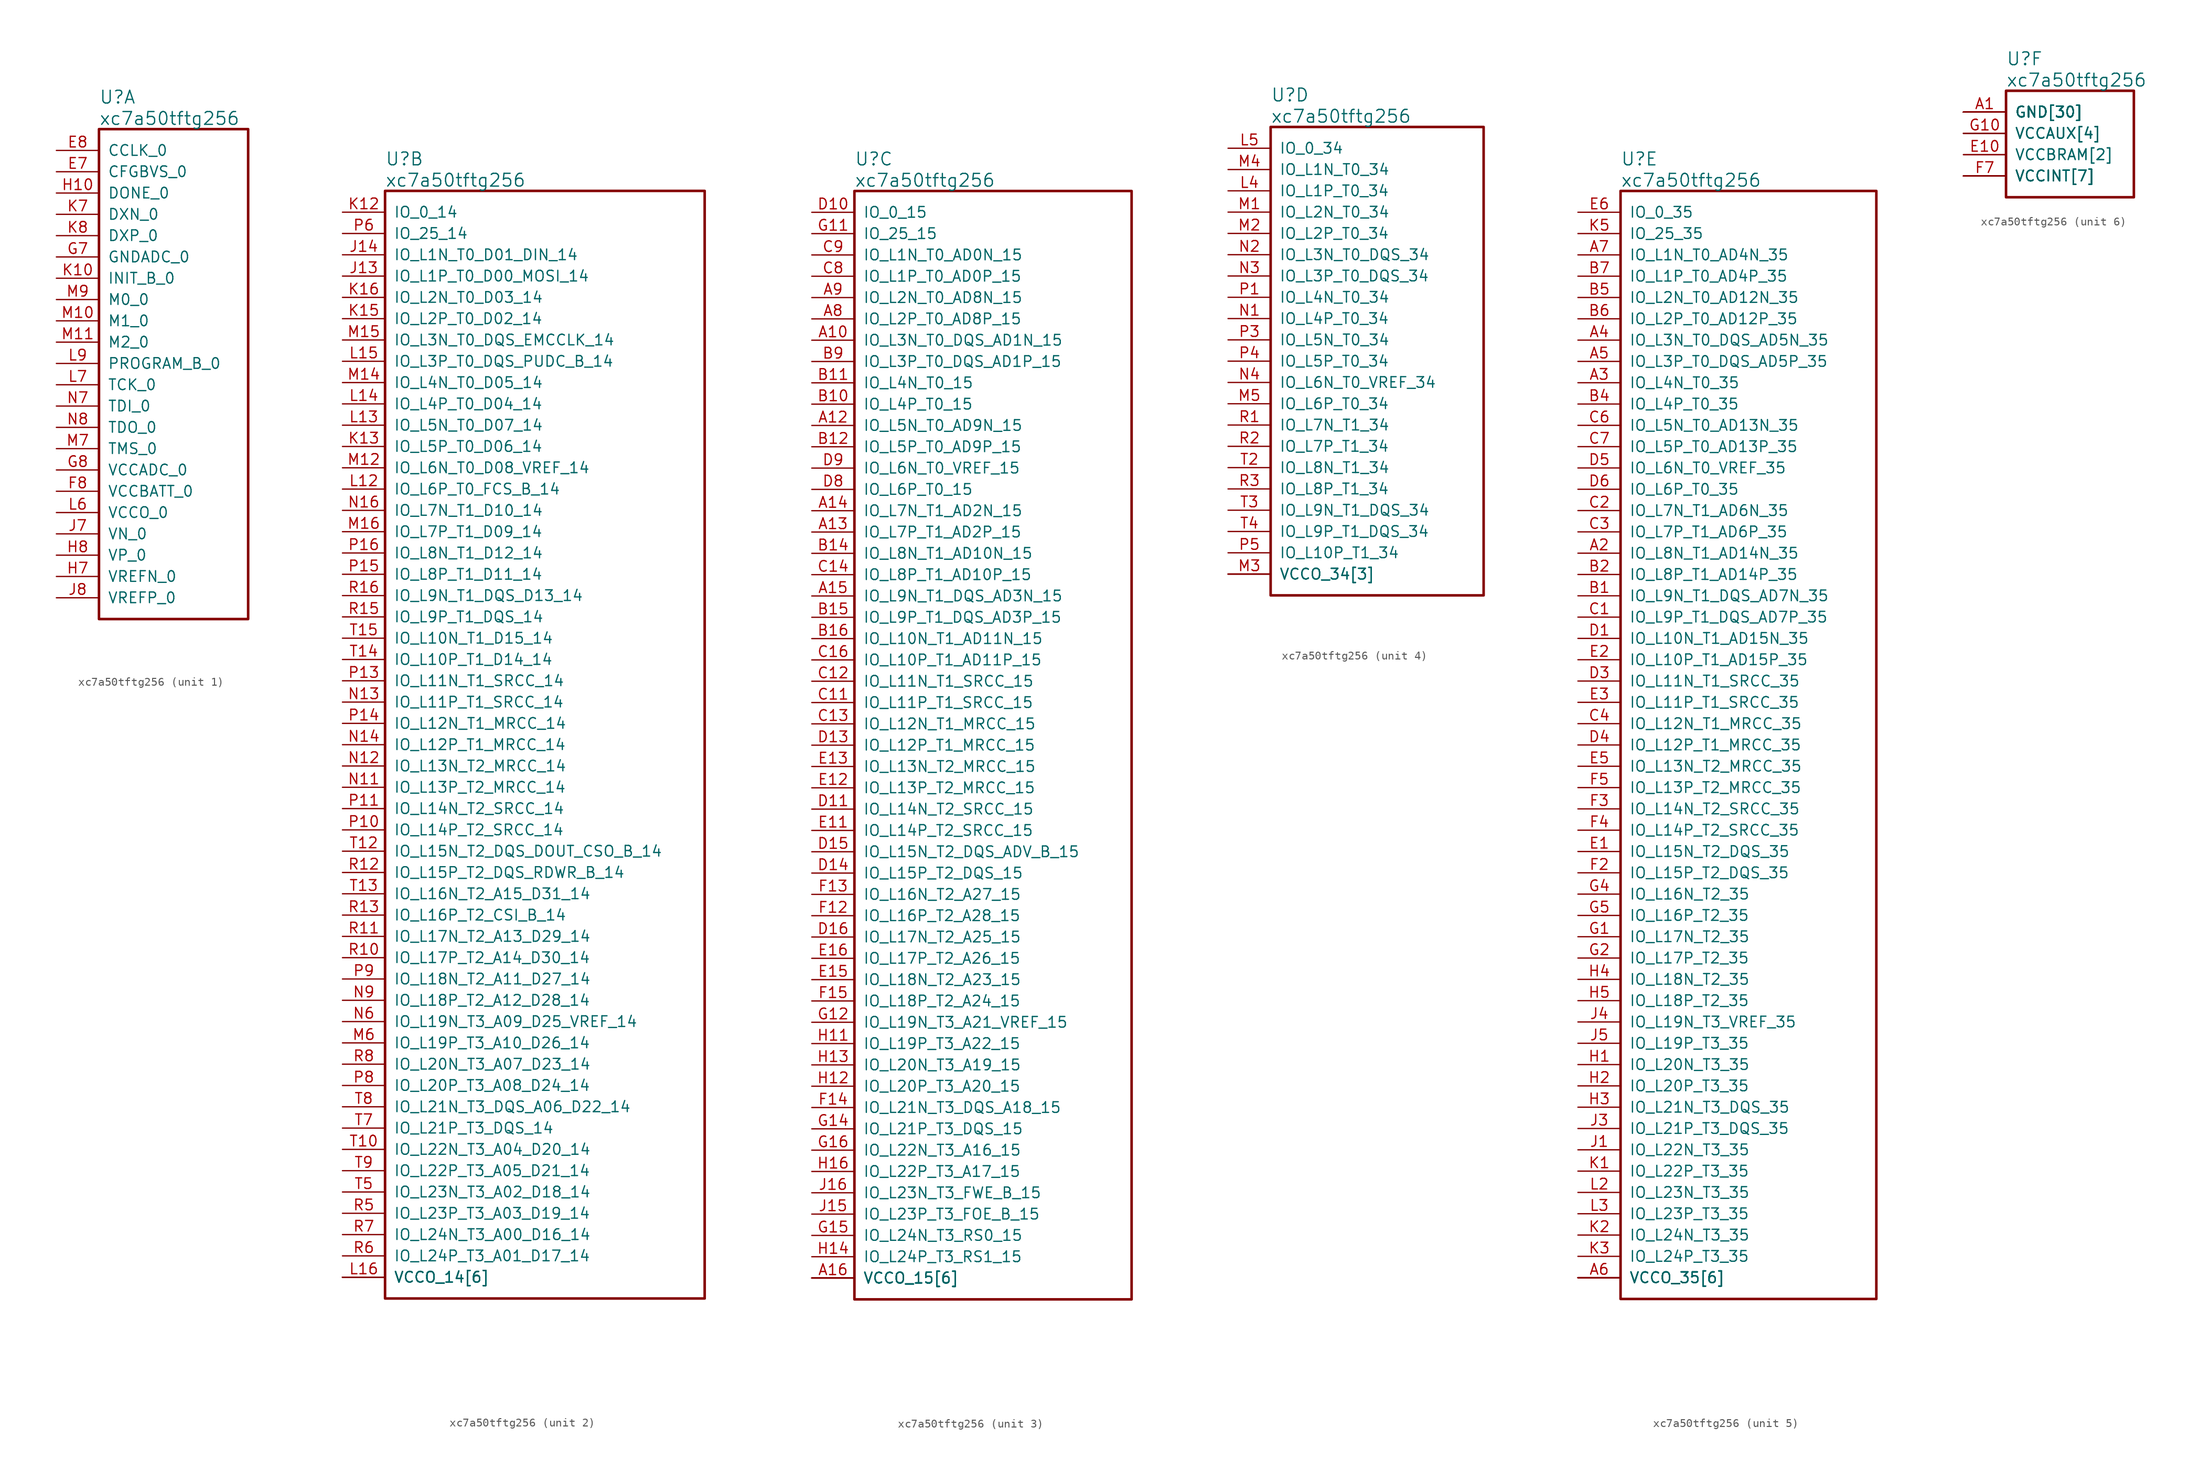
<source format=kicad_sym>
(kicad_symbol_lib
  (version 20231120)
  (generator "kicad_symbol_editor")
  (generator_version "8.0")
  (symbol "xc7a50tftg256"
    (pin_names
      (offset 1.016))
    (property "Reference" "U"
      (at 5.08 6.35 0)
      (effects (font (size 1.524 1.524)) (justify left)))
    (property "Value" "xc7a50tftg256"
      (at 5.08 3.81 0)
      (effects (font (size 1.524 1.524)) (justify left)))
    (property "ki_locked" ""
      (at 0 0 0)
      (effects (font (size 1.27 1.27))))
    (symbol "xc7a50tftg256_1_1"
      (rectangle (start 5.08 2.54) (end 22.86 -55.88) (stroke (width 0.305) (type solid)) (fill (type none)))
      (pin input line (at 0 -2.54 0) (length 5.08) (name "CFGBVS_0" (effects (font (size 1.27 1.27)))) (number "E7" (effects (font (size 1.27 1.27)))))
      (pin input line (at 0 0 0) (length 5.08) (name "CCLK_0" (effects (font (size 1.27 1.27)))) (number "E8" (effects (font (size 1.27 1.27)))))
      (pin power_in line (at 0 -40.64 0) (length 5.08) (name "VCCBATT_0" (effects (font (size 1.27 1.27)))) (number "F8" (effects (font (size 1.27 1.27)))))
      (pin power_in line (at 0 -12.7 0) (length 5.08) (name "GNDADC_0" (effects (font (size 1.27 1.27)))) (number "G7" (effects (font (size 1.27 1.27)))))
      (pin power_in line (at 0 -38.1 0) (length 5.08) (name "VCCADC_0" (effects (font (size 1.27 1.27)))) (number "G8" (effects (font (size 1.27 1.27)))))
      (pin output line (at 0 -5.08 0) (length 5.08) (name "DONE_0" (effects (font (size 1.27 1.27)))) (number "H10" (effects (font (size 1.27 1.27)))))
      (pin input line (at 0 -50.8 0) (length 5.08) (name "VREFN_0" (effects (font (size 1.27 1.27)))) (number "H7" (effects (font (size 1.27 1.27)))))
      (pin input line (at 0 -48.26 0) (length 5.08) (name "VP_0" (effects (font (size 1.27 1.27)))) (number "H8" (effects (font (size 1.27 1.27)))))
      (pin input line (at 0 -45.72 0) (length 5.08) (name "VN_0" (effects (font (size 1.27 1.27)))) (number "J7" (effects (font (size 1.27 1.27)))))
      (pin input line (at 0 -53.34 0) (length 5.08) (name "VREFP_0" (effects (font (size 1.27 1.27)))) (number "J8" (effects (font (size 1.27 1.27)))))
      (pin input line (at 0 -15.24 0) (length 5.08) (name "INIT_B_0" (effects (font (size 1.27 1.27)))) (number "K10" (effects (font (size 1.27 1.27)))))
      (pin passive line (at 0 -7.62 0) (length 5.08) (name "DXN_0" (effects (font (size 1.27 1.27)))) (number "K7" (effects (font (size 1.27 1.27)))))
      (pin passive line (at 0 -10.16 0) (length 5.08) (name "DXP_0" (effects (font (size 1.27 1.27)))) (number "K8" (effects (font (size 1.27 1.27)))))
      (pin power_in line (at 0 -43.18 0) (length 5.08) (name "VCCO_0" (effects (font (size 1.27 1.27)))) (number "L6" (effects (font (size 1.27 1.27)))))
      (pin input line (at 0 -27.94 0) (length 5.08) (name "TCK_0" (effects (font (size 1.27 1.27)))) (number "L7" (effects (font (size 1.27 1.27)))))
      (pin input line (at 0 -25.4 0) (length 5.08) (name "PROGRAM_B_0" (effects (font (size 1.27 1.27)))) (number "L9" (effects (font (size 1.27 1.27)))))
      (pin input line (at 0 -20.32 0) (length 5.08) (name "M1_0" (effects (font (size 1.27 1.27)))) (number "M10" (effects (font (size 1.27 1.27)))))
      (pin input line (at 0 -22.86 0) (length 5.08) (name "M2_0" (effects (font (size 1.27 1.27)))) (number "M11" (effects (font (size 1.27 1.27)))))
      (pin input line (at 0 -35.56 0) (length 5.08) (name "TMS_0" (effects (font (size 1.27 1.27)))) (number "M7" (effects (font (size 1.27 1.27)))))
      (pin input line (at 0 -17.78 0) (length 5.08) (name "M0_0" (effects (font (size 1.27 1.27)))) (number "M9" (effects (font (size 1.27 1.27)))))
      (pin input line (at 0 -30.48 0) (length 5.08) (name "TDI_0" (effects (font (size 1.27 1.27)))) (number "N7" (effects (font (size 1.27 1.27)))))
      (pin output line (at 0 -33.02 0) (length 5.08) (name "TDO_0" (effects (font (size 1.27 1.27)))) (number "N8" (effects (font (size 1.27 1.27))))))
    (symbol "xc7a50tftg256_2_1"
      (rectangle (start 5.08 2.54) (end 43.18 -129.54) (stroke (width 0.305) (type solid)) (fill (type none)))
      (pin bidirectional line (at 0 -7.62 0) (length 5.08) (name "IO_L1P_T0_D00_MOSI_14" (effects (font (size 1.27 1.27)))) (number "J13" (effects (font (size 1.27 1.27)))))
      (pin bidirectional line (at 0 -5.08 0) (length 5.08) (name "IO_L1N_T0_D01_DIN_14" (effects (font (size 1.27 1.27)))) (number "J14" (effects (font (size 1.27 1.27)))))
      (pin bidirectional line (at 0 0 0) (length 5.08) (name "IO_0_14" (effects (font (size 1.27 1.27)))) (number "K12" (effects (font (size 1.27 1.27)))))
      (pin bidirectional line (at 0 -27.94 0) (length 5.08) (name "IO_L5P_T0_D06_14" (effects (font (size 1.27 1.27)))) (number "K13" (effects (font (size 1.27 1.27)))))
      (pin bidirectional line (at 0 -12.7 0) (length 5.08) (name "IO_L2P_T0_D02_14" (effects (font (size 1.27 1.27)))) (number "K15" (effects (font (size 1.27 1.27)))))
      (pin bidirectional line (at 0 -10.16 0) (length 5.08) (name "IO_L2N_T0_D03_14" (effects (font (size 1.27 1.27)))) (number "K16" (effects (font (size 1.27 1.27)))))
      (pin bidirectional line (at 0 -33.02 0) (length 5.08) (name "IO_L6P_T0_FCS_B_14" (effects (font (size 1.27 1.27)))) (number "L12" (effects (font (size 1.27 1.27)))))
      (pin bidirectional line (at 0 -25.4 0) (length 5.08) (name "IO_L5N_T0_D07_14" (effects (font (size 1.27 1.27)))) (number "L13" (effects (font (size 1.27 1.27)))))
      (pin bidirectional line (at 0 -22.86 0) (length 5.08) (name "IO_L4P_T0_D04_14" (effects (font (size 1.27 1.27)))) (number "L14" (effects (font (size 1.27 1.27)))))
      (pin bidirectional line (at 0 -17.78 0) (length 5.08) (name "IO_L3P_T0_DQS_PUDC_B_14" (effects (font (size 1.27 1.27)))) (number "L15" (effects (font (size 1.27 1.27)))))
      (pin power_in line (at 0 -127 0) (length 5.08) (name "VCCO_14[6]" (effects (font (size 1.27 1.27)))) (number "L16" (effects (font (size 1.27 1.27)))))
      (pin bidirectional line (at 0 -30.48 0) (length 5.08) (name "IO_L6N_T0_D08_VREF_14" (effects (font (size 1.27 1.27)))) (number "M12" (effects (font (size 1.27 1.27)))))
      (pin power_in line (at 0 -127 0) (length 5.08) (name "VCCO_14[6]" (effects (font (size 1.27 1.27)))) (number "M13" (effects (font (size 0 0)))))
      (pin bidirectional line (at 0 -20.32 0) (length 5.08) (name "IO_L4N_T0_D05_14" (effects (font (size 1.27 1.27)))) (number "M14" (effects (font (size 1.27 1.27)))))
      (pin bidirectional line (at 0 -15.24 0) (length 5.08) (name "IO_L3N_T0_DQS_EMCCLK_14" (effects (font (size 1.27 1.27)))) (number "M15" (effects (font (size 1.27 1.27)))))
      (pin bidirectional line (at 0 -38.1 0) (length 5.08) (name "IO_L7P_T1_D09_14" (effects (font (size 1.27 1.27)))) (number "M16" (effects (font (size 1.27 1.27)))))
      (pin bidirectional line (at 0 -99.06 0) (length 5.08) (name "IO_L19P_T3_A10_D26_14" (effects (font (size 1.27 1.27)))) (number "M6" (effects (font (size 1.27 1.27)))))
      (pin power_in line (at 0 -127 0) (length 5.08) (name "VCCO_14[6]" (effects (font (size 1.27 1.27)))) (number "N10" (effects (font (size 0 0)))))
      (pin bidirectional line (at 0 -68.58 0) (length 5.08) (name "IO_L13P_T2_MRCC_14" (effects (font (size 1.27 1.27)))) (number "N11" (effects (font (size 1.27 1.27)))))
      (pin bidirectional line (at 0 -66.04 0) (length 5.08) (name "IO_L13N_T2_MRCC_14" (effects (font (size 1.27 1.27)))) (number "N12" (effects (font (size 1.27 1.27)))))
      (pin bidirectional line (at 0 -58.42 0) (length 5.08) (name "IO_L11P_T1_SRCC_14" (effects (font (size 1.27 1.27)))) (number "N13" (effects (font (size 1.27 1.27)))))
      (pin bidirectional line (at 0 -63.5 0) (length 5.08) (name "IO_L12P_T1_MRCC_14" (effects (font (size 1.27 1.27)))) (number "N14" (effects (font (size 1.27 1.27)))))
      (pin bidirectional line (at 0 -35.56 0) (length 5.08) (name "IO_L7N_T1_D10_14" (effects (font (size 1.27 1.27)))) (number "N16" (effects (font (size 1.27 1.27)))))
      (pin bidirectional line (at 0 -96.52 0) (length 5.08) (name "IO_L19N_T3_A09_D25_VREF_14" (effects (font (size 1.27 1.27)))) (number "N6" (effects (font (size 1.27 1.27)))))
      (pin bidirectional line (at 0 -93.98 0) (length 5.08) (name "IO_L18P_T2_A12_D28_14" (effects (font (size 1.27 1.27)))) (number "N9" (effects (font (size 1.27 1.27)))))
      (pin bidirectional line (at 0 -73.66 0) (length 5.08) (name "IO_L14P_T2_SRCC_14" (effects (font (size 1.27 1.27)))) (number "P10" (effects (font (size 1.27 1.27)))))
      (pin bidirectional line (at 0 -71.12 0) (length 5.08) (name "IO_L14N_T2_SRCC_14" (effects (font (size 1.27 1.27)))) (number "P11" (effects (font (size 1.27 1.27)))))
      (pin bidirectional line (at 0 -55.88 0) (length 5.08) (name "IO_L11N_T1_SRCC_14" (effects (font (size 1.27 1.27)))) (number "P13" (effects (font (size 1.27 1.27)))))
      (pin bidirectional line (at 0 -60.96 0) (length 5.08) (name "IO_L12N_T1_MRCC_14" (effects (font (size 1.27 1.27)))) (number "P14" (effects (font (size 1.27 1.27)))))
      (pin bidirectional line (at 0 -43.18 0) (length 5.08) (name "IO_L8P_T1_D11_14" (effects (font (size 1.27 1.27)))) (number "P15" (effects (font (size 1.27 1.27)))))
      (pin bidirectional line (at 0 -40.64 0) (length 5.08) (name "IO_L8N_T1_D12_14" (effects (font (size 1.27 1.27)))) (number "P16" (effects (font (size 1.27 1.27)))))
      (pin bidirectional line (at 0 -2.54 0) (length 5.08) (name "IO_25_14" (effects (font (size 1.27 1.27)))) (number "P6" (effects (font (size 1.27 1.27)))))
      (pin power_in line (at 0 -127 0) (length 5.08) (name "VCCO_14[6]" (effects (font (size 1.27 1.27)))) (number "P7" (effects (font (size 0 0)))))
      (pin bidirectional line (at 0 -104.14 0) (length 5.08) (name "IO_L20P_T3_A08_D24_14" (effects (font (size 1.27 1.27)))) (number "P8" (effects (font (size 1.27 1.27)))))
      (pin bidirectional line (at 0 -91.44 0) (length 5.08) (name "IO_L18N_T2_A11_D27_14" (effects (font (size 1.27 1.27)))) (number "P9" (effects (font (size 1.27 1.27)))))
      (pin bidirectional line (at 0 -88.9 0) (length 5.08) (name "IO_L17P_T2_A14_D30_14" (effects (font (size 1.27 1.27)))) (number "R10" (effects (font (size 1.27 1.27)))))
      (pin bidirectional line (at 0 -86.36 0) (length 5.08) (name "IO_L17N_T2_A13_D29_14" (effects (font (size 1.27 1.27)))) (number "R11" (effects (font (size 1.27 1.27)))))
      (pin bidirectional line (at 0 -78.74 0) (length 5.08) (name "IO_L15P_T2_DQS_RDWR_B_14" (effects (font (size 1.27 1.27)))) (number "R12" (effects (font (size 1.27 1.27)))))
      (pin bidirectional line (at 0 -83.82 0) (length 5.08) (name "IO_L16P_T2_CSI_B_14" (effects (font (size 1.27 1.27)))) (number "R13" (effects (font (size 1.27 1.27)))))
      (pin power_in line (at 0 -127 0) (length 5.08) (name "VCCO_14[6]" (effects (font (size 1.27 1.27)))) (number "R14" (effects (font (size 0 0)))))
      (pin bidirectional line (at 0 -48.26 0) (length 5.08) (name "IO_L9P_T1_DQS_14" (effects (font (size 1.27 1.27)))) (number "R15" (effects (font (size 1.27 1.27)))))
      (pin bidirectional line (at 0 -45.72 0) (length 5.08) (name "IO_L9N_T1_DQS_D13_14" (effects (font (size 1.27 1.27)))) (number "R16" (effects (font (size 1.27 1.27)))))
      (pin bidirectional line (at 0 -119.38 0) (length 5.08) (name "IO_L23P_T3_A03_D19_14" (effects (font (size 1.27 1.27)))) (number "R5" (effects (font (size 1.27 1.27)))))
      (pin bidirectional line (at 0 -124.46 0) (length 5.08) (name "IO_L24P_T3_A01_D17_14" (effects (font (size 1.27 1.27)))) (number "R6" (effects (font (size 1.27 1.27)))))
      (pin bidirectional line (at 0 -121.92 0) (length 5.08) (name "IO_L24N_T3_A00_D16_14" (effects (font (size 1.27 1.27)))) (number "R7" (effects (font (size 1.27 1.27)))))
      (pin bidirectional line (at 0 -101.6 0) (length 5.08) (name "IO_L20N_T3_A07_D23_14" (effects (font (size 1.27 1.27)))) (number "R8" (effects (font (size 1.27 1.27)))))
      (pin bidirectional line (at 0 -111.76 0) (length 5.08) (name "IO_L22N_T3_A04_D20_14" (effects (font (size 1.27 1.27)))) (number "T10" (effects (font (size 1.27 1.27)))))
      (pin power_in line (at 0 -127 0) (length 5.08) (name "VCCO_14[6]" (effects (font (size 1.27 1.27)))) (number "T11" (effects (font (size 0 0)))))
      (pin bidirectional line (at 0 -76.2 0) (length 5.08) (name "IO_L15N_T2_DQS_DOUT_CSO_B_14" (effects (font (size 1.27 1.27)))) (number "T12" (effects (font (size 1.27 1.27)))))
      (pin bidirectional line (at 0 -81.28 0) (length 5.08) (name "IO_L16N_T2_A15_D31_14" (effects (font (size 1.27 1.27)))) (number "T13" (effects (font (size 1.27 1.27)))))
      (pin bidirectional line (at 0 -53.34 0) (length 5.08) (name "IO_L10P_T1_D14_14" (effects (font (size 1.27 1.27)))) (number "T14" (effects (font (size 1.27 1.27)))))
      (pin bidirectional line (at 0 -50.8 0) (length 5.08) (name "IO_L10N_T1_D15_14" (effects (font (size 1.27 1.27)))) (number "T15" (effects (font (size 1.27 1.27)))))
      (pin bidirectional line (at 0 -116.84 0) (length 5.08) (name "IO_L23N_T3_A02_D18_14" (effects (font (size 1.27 1.27)))) (number "T5" (effects (font (size 1.27 1.27)))))
      (pin bidirectional line (at 0 -109.22 0) (length 5.08) (name "IO_L21P_T3_DQS_14" (effects (font (size 1.27 1.27)))) (number "T7" (effects (font (size 1.27 1.27)))))
      (pin bidirectional line (at 0 -106.68 0) (length 5.08) (name "IO_L21N_T3_DQS_A06_D22_14" (effects (font (size 1.27 1.27)))) (number "T8" (effects (font (size 1.27 1.27)))))
      (pin bidirectional line (at 0 -114.3 0) (length 5.08) (name "IO_L22P_T3_A05_D21_14" (effects (font (size 1.27 1.27)))) (number "T9" (effects (font (size 1.27 1.27))))))
    (symbol "xc7a50tftg256_3_1"
      (rectangle (start 5.08 2.54) (end 38.1 -129.54) (stroke (width 0.305) (type solid)) (fill (type none)))
      (pin bidirectional line (at 0 -15.24 0) (length 5.08) (name "IO_L3N_T0_DQS_AD1N_15" (effects (font (size 1.27 1.27)))) (number "A10" (effects (font (size 1.27 1.27)))))
      (pin bidirectional line (at 0 -25.4 0) (length 5.08) (name "IO_L5N_T0_AD9N_15" (effects (font (size 1.27 1.27)))) (number "A12" (effects (font (size 1.27 1.27)))))
      (pin bidirectional line (at 0 -38.1 0) (length 5.08) (name "IO_L7P_T1_AD2P_15" (effects (font (size 1.27 1.27)))) (number "A13" (effects (font (size 1.27 1.27)))))
      (pin bidirectional line (at 0 -35.56 0) (length 5.08) (name "IO_L7N_T1_AD2N_15" (effects (font (size 1.27 1.27)))) (number "A14" (effects (font (size 1.27 1.27)))))
      (pin bidirectional line (at 0 -45.72 0) (length 5.08) (name "IO_L9N_T1_DQS_AD3N_15" (effects (font (size 1.27 1.27)))) (number "A15" (effects (font (size 1.27 1.27)))))
      (pin power_in line (at 0 -127 0) (length 5.08) (name "VCCO_15[6]" (effects (font (size 1.27 1.27)))) (number "A16" (effects (font (size 1.27 1.27)))))
      (pin bidirectional line (at 0 -12.7 0) (length 5.08) (name "IO_L2P_T0_AD8P_15" (effects (font (size 1.27 1.27)))) (number "A8" (effects (font (size 1.27 1.27)))))
      (pin bidirectional line (at 0 -10.16 0) (length 5.08) (name "IO_L2N_T0_AD8N_15" (effects (font (size 1.27 1.27)))) (number "A9" (effects (font (size 1.27 1.27)))))
      (pin bidirectional line (at 0 -22.86 0) (length 5.08) (name "IO_L4P_T0_15" (effects (font (size 1.27 1.27)))) (number "B10" (effects (font (size 1.27 1.27)))))
      (pin bidirectional line (at 0 -20.32 0) (length 5.08) (name "IO_L4N_T0_15" (effects (font (size 1.27 1.27)))) (number "B11" (effects (font (size 1.27 1.27)))))
      (pin bidirectional line (at 0 -27.94 0) (length 5.08) (name "IO_L5P_T0_AD9P_15" (effects (font (size 1.27 1.27)))) (number "B12" (effects (font (size 1.27 1.27)))))
      (pin power_in line (at 0 -127 0) (length 5.08) (name "VCCO_15[6]" (effects (font (size 1.27 1.27)))) (number "B13" (effects (font (size 0 0)))))
      (pin bidirectional line (at 0 -40.64 0) (length 5.08) (name "IO_L8N_T1_AD10N_15" (effects (font (size 1.27 1.27)))) (number "B14" (effects (font (size 1.27 1.27)))))
      (pin bidirectional line (at 0 -48.26 0) (length 5.08) (name "IO_L9P_T1_DQS_AD3P_15" (effects (font (size 1.27 1.27)))) (number "B15" (effects (font (size 1.27 1.27)))))
      (pin bidirectional line (at 0 -50.8 0) (length 5.08) (name "IO_L10N_T1_AD11N_15" (effects (font (size 1.27 1.27)))) (number "B16" (effects (font (size 1.27 1.27)))))
      (pin bidirectional line (at 0 -17.78 0) (length 5.08) (name "IO_L3P_T0_DQS_AD1P_15" (effects (font (size 1.27 1.27)))) (number "B9" (effects (font (size 1.27 1.27)))))
      (pin power_in line (at 0 -127 0) (length 5.08) (name "VCCO_15[6]" (effects (font (size 1.27 1.27)))) (number "C10" (effects (font (size 0 0)))))
      (pin bidirectional line (at 0 -58.42 0) (length 5.08) (name "IO_L11P_T1_SRCC_15" (effects (font (size 1.27 1.27)))) (number "C11" (effects (font (size 1.27 1.27)))))
      (pin bidirectional line (at 0 -55.88 0) (length 5.08) (name "IO_L11N_T1_SRCC_15" (effects (font (size 1.27 1.27)))) (number "C12" (effects (font (size 1.27 1.27)))))
      (pin bidirectional line (at 0 -60.96 0) (length 5.08) (name "IO_L12N_T1_MRCC_15" (effects (font (size 1.27 1.27)))) (number "C13" (effects (font (size 1.27 1.27)))))
      (pin bidirectional line (at 0 -43.18 0) (length 5.08) (name "IO_L8P_T1_AD10P_15" (effects (font (size 1.27 1.27)))) (number "C14" (effects (font (size 1.27 1.27)))))
      (pin bidirectional line (at 0 -53.34 0) (length 5.08) (name "IO_L10P_T1_AD11P_15" (effects (font (size 1.27 1.27)))) (number "C16" (effects (font (size 1.27 1.27)))))
      (pin bidirectional line (at 0 -7.62 0) (length 5.08) (name "IO_L1P_T0_AD0P_15" (effects (font (size 1.27 1.27)))) (number "C8" (effects (font (size 1.27 1.27)))))
      (pin bidirectional line (at 0 -5.08 0) (length 5.08) (name "IO_L1N_T0_AD0N_15" (effects (font (size 1.27 1.27)))) (number "C9" (effects (font (size 1.27 1.27)))))
      (pin bidirectional line (at 0 0 0) (length 5.08) (name "IO_0_15" (effects (font (size 1.27 1.27)))) (number "D10" (effects (font (size 1.27 1.27)))))
      (pin bidirectional line (at 0 -71.12 0) (length 5.08) (name "IO_L14N_T2_SRCC_15" (effects (font (size 1.27 1.27)))) (number "D11" (effects (font (size 1.27 1.27)))))
      (pin bidirectional line (at 0 -63.5 0) (length 5.08) (name "IO_L12P_T1_MRCC_15" (effects (font (size 1.27 1.27)))) (number "D13" (effects (font (size 1.27 1.27)))))
      (pin bidirectional line (at 0 -78.74 0) (length 5.08) (name "IO_L15P_T2_DQS_15" (effects (font (size 1.27 1.27)))) (number "D14" (effects (font (size 1.27 1.27)))))
      (pin bidirectional line (at 0 -76.2 0) (length 5.08) (name "IO_L15N_T2_DQS_ADV_B_15" (effects (font (size 1.27 1.27)))) (number "D15" (effects (font (size 1.27 1.27)))))
      (pin bidirectional line (at 0 -86.36 0) (length 5.08) (name "IO_L17N_T2_A25_15" (effects (font (size 1.27 1.27)))) (number "D16" (effects (font (size 1.27 1.27)))))
      (pin bidirectional line (at 0 -33.02 0) (length 5.08) (name "IO_L6P_T0_15" (effects (font (size 1.27 1.27)))) (number "D8" (effects (font (size 1.27 1.27)))))
      (pin bidirectional line (at 0 -30.48 0) (length 5.08) (name "IO_L6N_T0_VREF_15" (effects (font (size 1.27 1.27)))) (number "D9" (effects (font (size 1.27 1.27)))))
      (pin bidirectional line (at 0 -73.66 0) (length 5.08) (name "IO_L14P_T2_SRCC_15" (effects (font (size 1.27 1.27)))) (number "E11" (effects (font (size 1.27 1.27)))))
      (pin bidirectional line (at 0 -68.58 0) (length 5.08) (name "IO_L13P_T2_MRCC_15" (effects (font (size 1.27 1.27)))) (number "E12" (effects (font (size 1.27 1.27)))))
      (pin bidirectional line (at 0 -66.04 0) (length 5.08) (name "IO_L13N_T2_MRCC_15" (effects (font (size 1.27 1.27)))) (number "E13" (effects (font (size 1.27 1.27)))))
      (pin power_in line (at 0 -127 0) (length 5.08) (name "VCCO_15[6]" (effects (font (size 1.27 1.27)))) (number "E14" (effects (font (size 0 0)))))
      (pin bidirectional line (at 0 -91.44 0) (length 5.08) (name "IO_L18N_T2_A23_15" (effects (font (size 1.27 1.27)))) (number "E15" (effects (font (size 1.27 1.27)))))
      (pin bidirectional line (at 0 -88.9 0) (length 5.08) (name "IO_L17P_T2_A26_15" (effects (font (size 1.27 1.27)))) (number "E16" (effects (font (size 1.27 1.27)))))
      (pin bidirectional line (at 0 -83.82 0) (length 5.08) (name "IO_L16P_T2_A28_15" (effects (font (size 1.27 1.27)))) (number "F12" (effects (font (size 1.27 1.27)))))
      (pin bidirectional line (at 0 -81.28 0) (length 5.08) (name "IO_L16N_T2_A27_15" (effects (font (size 1.27 1.27)))) (number "F13" (effects (font (size 1.27 1.27)))))
      (pin bidirectional line (at 0 -106.68 0) (length 5.08) (name "IO_L21N_T3_DQS_A18_15" (effects (font (size 1.27 1.27)))) (number "F14" (effects (font (size 1.27 1.27)))))
      (pin bidirectional line (at 0 -93.98 0) (length 5.08) (name "IO_L18P_T2_A24_15" (effects (font (size 1.27 1.27)))) (number "F15" (effects (font (size 1.27 1.27)))))
      (pin bidirectional line (at 0 -2.54 0) (length 5.08) (name "IO_25_15" (effects (font (size 1.27 1.27)))) (number "G11" (effects (font (size 1.27 1.27)))))
      (pin bidirectional line (at 0 -96.52 0) (length 5.08) (name "IO_L19N_T3_A21_VREF_15" (effects (font (size 1.27 1.27)))) (number "G12" (effects (font (size 1.27 1.27)))))
      (pin bidirectional line (at 0 -109.22 0) (length 5.08) (name "IO_L21P_T3_DQS_15" (effects (font (size 1.27 1.27)))) (number "G14" (effects (font (size 1.27 1.27)))))
      (pin bidirectional line (at 0 -121.92 0) (length 5.08) (name "IO_L24N_T3_RS0_15" (effects (font (size 1.27 1.27)))) (number "G15" (effects (font (size 1.27 1.27)))))
      (pin bidirectional line (at 0 -111.76 0) (length 5.08) (name "IO_L22N_T3_A16_15" (effects (font (size 1.27 1.27)))) (number "G16" (effects (font (size 1.27 1.27)))))
      (pin bidirectional line (at 0 -99.06 0) (length 5.08) (name "IO_L19P_T3_A22_15" (effects (font (size 1.27 1.27)))) (number "H11" (effects (font (size 1.27 1.27)))))
      (pin bidirectional line (at 0 -104.14 0) (length 5.08) (name "IO_L20P_T3_A20_15" (effects (font (size 1.27 1.27)))) (number "H12" (effects (font (size 1.27 1.27)))))
      (pin bidirectional line (at 0 -101.6 0) (length 5.08) (name "IO_L20N_T3_A19_15" (effects (font (size 1.27 1.27)))) (number "H13" (effects (font (size 1.27 1.27)))))
      (pin bidirectional line (at 0 -124.46 0) (length 5.08) (name "IO_L24P_T3_RS1_15" (effects (font (size 1.27 1.27)))) (number "H14" (effects (font (size 1.27 1.27)))))
      (pin power_in line (at 0 -127 0) (length 5.08) (name "VCCO_15[6]" (effects (font (size 1.27 1.27)))) (number "H15" (effects (font (size 0 0)))))
      (pin bidirectional line (at 0 -114.3 0) (length 5.08) (name "IO_L22P_T3_A17_15" (effects (font (size 1.27 1.27)))) (number "H16" (effects (font (size 1.27 1.27)))))
      (pin power_in line (at 0 -127 0) (length 5.08) (name "VCCO_15[6]" (effects (font (size 1.27 1.27)))) (number "J12" (effects (font (size 0 0)))))
      (pin bidirectional line (at 0 -119.38 0) (length 5.08) (name "IO_L23P_T3_FOE_B_15" (effects (font (size 1.27 1.27)))) (number "J15" (effects (font (size 1.27 1.27)))))
      (pin bidirectional line (at 0 -116.84 0) (length 5.08) (name "IO_L23N_T3_FWE_B_15" (effects (font (size 1.27 1.27)))) (number "J16" (effects (font (size 1.27 1.27))))))
    (symbol "xc7a50tftg256_4_1"
      (rectangle (start 5.08 2.54) (end 30.48 -53.34) (stroke (width 0.305) (type solid)) (fill (type none)))
      (pin bidirectional line (at 0 -5.08 0) (length 5.08) (name "IO_L1P_T0_34" (effects (font (size 1.27 1.27)))) (number "L4" (effects (font (size 1.27 1.27)))))
      (pin bidirectional line (at 0 0 0) (length 5.08) (name "IO_0_34" (effects (font (size 1.27 1.27)))) (number "L5" (effects (font (size 1.27 1.27)))))
      (pin bidirectional line (at 0 -7.62 0) (length 5.08) (name "IO_L2N_T0_34" (effects (font (size 1.27 1.27)))) (number "M1" (effects (font (size 1.27 1.27)))))
      (pin bidirectional line (at 0 -10.16 0) (length 5.08) (name "IO_L2P_T0_34" (effects (font (size 1.27 1.27)))) (number "M2" (effects (font (size 1.27 1.27)))))
      (pin power_in line (at 0 -50.8 0) (length 5.08) (name "VCCO_34[3]" (effects (font (size 1.27 1.27)))) (number "M3" (effects (font (size 1.27 1.27)))))
      (pin bidirectional line (at 0 -2.54 0) (length 5.08) (name "IO_L1N_T0_34" (effects (font (size 1.27 1.27)))) (number "M4" (effects (font (size 1.27 1.27)))))
      (pin bidirectional line (at 0 -30.48 0) (length 5.08) (name "IO_L6P_T0_34" (effects (font (size 1.27 1.27)))) (number "M5" (effects (font (size 1.27 1.27)))))
      (pin bidirectional line (at 0 -20.32 0) (length 5.08) (name "IO_L4P_T0_34" (effects (font (size 1.27 1.27)))) (number "N1" (effects (font (size 1.27 1.27)))))
      (pin bidirectional line (at 0 -12.7 0) (length 5.08) (name "IO_L3N_T0_DQS_34" (effects (font (size 1.27 1.27)))) (number "N2" (effects (font (size 1.27 1.27)))))
      (pin bidirectional line (at 0 -15.24 0) (length 5.08) (name "IO_L3P_T0_DQS_34" (effects (font (size 1.27 1.27)))) (number "N3" (effects (font (size 1.27 1.27)))))
      (pin bidirectional line (at 0 -27.94 0) (length 5.08) (name "IO_L6N_T0_VREF_34" (effects (font (size 1.27 1.27)))) (number "N4" (effects (font (size 1.27 1.27)))))
      (pin bidirectional line (at 0 -17.78 0) (length 5.08) (name "IO_L4N_T0_34" (effects (font (size 1.27 1.27)))) (number "P1" (effects (font (size 1.27 1.27)))))
      (pin bidirectional line (at 0 -22.86 0) (length 5.08) (name "IO_L5N_T0_34" (effects (font (size 1.27 1.27)))) (number "P3" (effects (font (size 1.27 1.27)))))
      (pin bidirectional line (at 0 -25.4 0) (length 5.08) (name "IO_L5P_T0_34" (effects (font (size 1.27 1.27)))) (number "P4" (effects (font (size 1.27 1.27)))))
      (pin bidirectional line (at 0 -48.26 0) (length 5.08) (name "IO_L10P_T1_34" (effects (font (size 1.27 1.27)))) (number "P5" (effects (font (size 1.27 1.27)))))
      (pin bidirectional line (at 0 -33.02 0) (length 5.08) (name "IO_L7N_T1_34" (effects (font (size 1.27 1.27)))) (number "R1" (effects (font (size 1.27 1.27)))))
      (pin bidirectional line (at 0 -35.56 0) (length 5.08) (name "IO_L7P_T1_34" (effects (font (size 1.27 1.27)))) (number "R2" (effects (font (size 1.27 1.27)))))
      (pin bidirectional line (at 0 -40.64 0) (length 5.08) (name "IO_L8P_T1_34" (effects (font (size 1.27 1.27)))) (number "R3" (effects (font (size 1.27 1.27)))))
      (pin power_in line (at 0 -50.8 0) (length 5.08) (name "VCCO_34[3]" (effects (font (size 1.27 1.27)))) (number "R4" (effects (font (size 0 0)))))
      (pin power_in line (at 0 -50.8 0) (length 5.08) (name "VCCO_34[3]" (effects (font (size 1.27 1.27)))) (number "T1" (effects (font (size 0 0)))))
      (pin bidirectional line (at 0 -38.1 0) (length 5.08) (name "IO_L8N_T1_34" (effects (font (size 1.27 1.27)))) (number "T2" (effects (font (size 1.27 1.27)))))
      (pin bidirectional line (at 0 -43.18 0) (length 5.08) (name "IO_L9N_T1_DQS_34" (effects (font (size 1.27 1.27)))) (number "T3" (effects (font (size 1.27 1.27)))))
      (pin bidirectional line (at 0 -45.72 0) (length 5.08) (name "IO_L9P_T1_DQS_34" (effects (font (size 1.27 1.27)))) (number "T4" (effects (font (size 1.27 1.27))))))
    (symbol "xc7a50tftg256_5_1"
      (rectangle (start 5.08 2.54) (end 35.56 -129.54) (stroke (width 0.305) (type solid)) (fill (type none)))
      (pin bidirectional line (at 0 -40.64 0) (length 5.08) (name "IO_L8N_T1_AD14N_35" (effects (font (size 1.27 1.27)))) (number "A2" (effects (font (size 1.27 1.27)))))
      (pin bidirectional line (at 0 -20.32 0) (length 5.08) (name "IO_L4N_T0_35" (effects (font (size 1.27 1.27)))) (number "A3" (effects (font (size 1.27 1.27)))))
      (pin bidirectional line (at 0 -15.24 0) (length 5.08) (name "IO_L3N_T0_DQS_AD5N_35" (effects (font (size 1.27 1.27)))) (number "A4" (effects (font (size 1.27 1.27)))))
      (pin bidirectional line (at 0 -17.78 0) (length 5.08) (name "IO_L3P_T0_DQS_AD5P_35" (effects (font (size 1.27 1.27)))) (number "A5" (effects (font (size 1.27 1.27)))))
      (pin power_in line (at 0 -127 0) (length 5.08) (name "VCCO_35[6]" (effects (font (size 1.27 1.27)))) (number "A6" (effects (font (size 1.27 1.27)))))
      (pin bidirectional line (at 0 -5.08 0) (length 5.08) (name "IO_L1N_T0_AD4N_35" (effects (font (size 1.27 1.27)))) (number "A7" (effects (font (size 1.27 1.27)))))
      (pin bidirectional line (at 0 -45.72 0) (length 5.08) (name "IO_L9N_T1_DQS_AD7N_35" (effects (font (size 1.27 1.27)))) (number "B1" (effects (font (size 1.27 1.27)))))
      (pin bidirectional line (at 0 -43.18 0) (length 5.08) (name "IO_L8P_T1_AD14P_35" (effects (font (size 1.27 1.27)))) (number "B2" (effects (font (size 1.27 1.27)))))
      (pin power_in line (at 0 -127 0) (length 5.08) (name "VCCO_35[6]" (effects (font (size 1.27 1.27)))) (number "B3" (effects (font (size 0 0)))))
      (pin bidirectional line (at 0 -22.86 0) (length 5.08) (name "IO_L4P_T0_35" (effects (font (size 1.27 1.27)))) (number "B4" (effects (font (size 1.27 1.27)))))
      (pin bidirectional line (at 0 -10.16 0) (length 5.08) (name "IO_L2N_T0_AD12N_35" (effects (font (size 1.27 1.27)))) (number "B5" (effects (font (size 1.27 1.27)))))
      (pin bidirectional line (at 0 -12.7 0) (length 5.08) (name "IO_L2P_T0_AD12P_35" (effects (font (size 1.27 1.27)))) (number "B6" (effects (font (size 1.27 1.27)))))
      (pin bidirectional line (at 0 -7.62 0) (length 5.08) (name "IO_L1P_T0_AD4P_35" (effects (font (size 1.27 1.27)))) (number "B7" (effects (font (size 1.27 1.27)))))
      (pin bidirectional line (at 0 -48.26 0) (length 5.08) (name "IO_L9P_T1_DQS_AD7P_35" (effects (font (size 1.27 1.27)))) (number "C1" (effects (font (size 1.27 1.27)))))
      (pin bidirectional line (at 0 -35.56 0) (length 5.08) (name "IO_L7N_T1_AD6N_35" (effects (font (size 1.27 1.27)))) (number "C2" (effects (font (size 1.27 1.27)))))
      (pin bidirectional line (at 0 -38.1 0) (length 5.08) (name "IO_L7P_T1_AD6P_35" (effects (font (size 1.27 1.27)))) (number "C3" (effects (font (size 1.27 1.27)))))
      (pin bidirectional line (at 0 -60.96 0) (length 5.08) (name "IO_L12N_T1_MRCC_35" (effects (font (size 1.27 1.27)))) (number "C4" (effects (font (size 1.27 1.27)))))
      (pin bidirectional line (at 0 -25.4 0) (length 5.08) (name "IO_L5N_T0_AD13N_35" (effects (font (size 1.27 1.27)))) (number "C6" (effects (font (size 1.27 1.27)))))
      (pin bidirectional line (at 0 -27.94 0) (length 5.08) (name "IO_L5P_T0_AD13P_35" (effects (font (size 1.27 1.27)))) (number "C7" (effects (font (size 1.27 1.27)))))
      (pin bidirectional line (at 0 -50.8 0) (length 5.08) (name "IO_L10N_T1_AD15N_35" (effects (font (size 1.27 1.27)))) (number "D1" (effects (font (size 1.27 1.27)))))
      (pin bidirectional line (at 0 -55.88 0) (length 5.08) (name "IO_L11N_T1_SRCC_35" (effects (font (size 1.27 1.27)))) (number "D3" (effects (font (size 1.27 1.27)))))
      (pin bidirectional line (at 0 -63.5 0) (length 5.08) (name "IO_L12P_T1_MRCC_35" (effects (font (size 1.27 1.27)))) (number "D4" (effects (font (size 1.27 1.27)))))
      (pin bidirectional line (at 0 -30.48 0) (length 5.08) (name "IO_L6N_T0_VREF_35" (effects (font (size 1.27 1.27)))) (number "D5" (effects (font (size 1.27 1.27)))))
      (pin bidirectional line (at 0 -33.02 0) (length 5.08) (name "IO_L6P_T0_35" (effects (font (size 1.27 1.27)))) (number "D6" (effects (font (size 1.27 1.27)))))
      (pin power_in line (at 0 -127 0) (length 5.08) (name "VCCO_35[6]" (effects (font (size 1.27 1.27)))) (number "D7" (effects (font (size 0 0)))))
      (pin bidirectional line (at 0 -76.2 0) (length 5.08) (name "IO_L15N_T2_DQS_35" (effects (font (size 1.27 1.27)))) (number "E1" (effects (font (size 1.27 1.27)))))
      (pin bidirectional line (at 0 -53.34 0) (length 5.08) (name "IO_L10P_T1_AD15P_35" (effects (font (size 1.27 1.27)))) (number "E2" (effects (font (size 1.27 1.27)))))
      (pin bidirectional line (at 0 -58.42 0) (length 5.08) (name "IO_L11P_T1_SRCC_35" (effects (font (size 1.27 1.27)))) (number "E3" (effects (font (size 1.27 1.27)))))
      (pin power_in line (at 0 -127 0) (length 5.08) (name "VCCO_35[6]" (effects (font (size 1.27 1.27)))) (number "E4" (effects (font (size 0 0)))))
      (pin bidirectional line (at 0 -66.04 0) (length 5.08) (name "IO_L13N_T2_MRCC_35" (effects (font (size 1.27 1.27)))) (number "E5" (effects (font (size 1.27 1.27)))))
      (pin bidirectional line (at 0 0 0) (length 5.08) (name "IO_0_35" (effects (font (size 1.27 1.27)))) (number "E6" (effects (font (size 1.27 1.27)))))
      (pin power_in line (at 0 -127 0) (length 5.08) (name "VCCO_35[6]" (effects (font (size 1.27 1.27)))) (number "F1" (effects (font (size 0 0)))))
      (pin bidirectional line (at 0 -78.74 0) (length 5.08) (name "IO_L15P_T2_DQS_35" (effects (font (size 1.27 1.27)))) (number "F2" (effects (font (size 1.27 1.27)))))
      (pin bidirectional line (at 0 -71.12 0) (length 5.08) (name "IO_L14N_T2_SRCC_35" (effects (font (size 1.27 1.27)))) (number "F3" (effects (font (size 1.27 1.27)))))
      (pin bidirectional line (at 0 -73.66 0) (length 5.08) (name "IO_L14P_T2_SRCC_35" (effects (font (size 1.27 1.27)))) (number "F4" (effects (font (size 1.27 1.27)))))
      (pin bidirectional line (at 0 -68.58 0) (length 5.08) (name "IO_L13P_T2_MRCC_35" (effects (font (size 1.27 1.27)))) (number "F5" (effects (font (size 1.27 1.27)))))
      (pin bidirectional line (at 0 -86.36 0) (length 5.08) (name "IO_L17N_T2_35" (effects (font (size 1.27 1.27)))) (number "G1" (effects (font (size 1.27 1.27)))))
      (pin bidirectional line (at 0 -88.9 0) (length 5.08) (name "IO_L17P_T2_35" (effects (font (size 1.27 1.27)))) (number "G2" (effects (font (size 1.27 1.27)))))
      (pin bidirectional line (at 0 -81.28 0) (length 5.08) (name "IO_L16N_T2_35" (effects (font (size 1.27 1.27)))) (number "G4" (effects (font (size 1.27 1.27)))))
      (pin bidirectional line (at 0 -83.82 0) (length 5.08) (name "IO_L16P_T2_35" (effects (font (size 1.27 1.27)))) (number "G5" (effects (font (size 1.27 1.27)))))
      (pin bidirectional line (at 0 -101.6 0) (length 5.08) (name "IO_L20N_T3_35" (effects (font (size 1.27 1.27)))) (number "H1" (effects (font (size 1.27 1.27)))))
      (pin bidirectional line (at 0 -104.14 0) (length 5.08) (name "IO_L20P_T3_35" (effects (font (size 1.27 1.27)))) (number "H2" (effects (font (size 1.27 1.27)))))
      (pin bidirectional line (at 0 -106.68 0) (length 5.08) (name "IO_L21N_T3_DQS_35" (effects (font (size 1.27 1.27)))) (number "H3" (effects (font (size 1.27 1.27)))))
      (pin bidirectional line (at 0 -91.44 0) (length 5.08) (name "IO_L18N_T2_35" (effects (font (size 1.27 1.27)))) (number "H4" (effects (font (size 1.27 1.27)))))
      (pin bidirectional line (at 0 -93.98 0) (length 5.08) (name "IO_L18P_T2_35" (effects (font (size 1.27 1.27)))) (number "H5" (effects (font (size 1.27 1.27)))))
      (pin bidirectional line (at 0 -111.76 0) (length 5.08) (name "IO_L22N_T3_35" (effects (font (size 1.27 1.27)))) (number "J1" (effects (font (size 1.27 1.27)))))
      (pin power_in line (at 0 -127 0) (length 5.08) (name "VCCO_35[6]" (effects (font (size 1.27 1.27)))) (number "J2" (effects (font (size 0 0)))))
      (pin bidirectional line (at 0 -109.22 0) (length 5.08) (name "IO_L21P_T3_DQS_35" (effects (font (size 1.27 1.27)))) (number "J3" (effects (font (size 1.27 1.27)))))
      (pin bidirectional line (at 0 -96.52 0) (length 5.08) (name "IO_L19N_T3_VREF_35" (effects (font (size 1.27 1.27)))) (number "J4" (effects (font (size 1.27 1.27)))))
      (pin bidirectional line (at 0 -99.06 0) (length 5.08) (name "IO_L19P_T3_35" (effects (font (size 1.27 1.27)))) (number "J5" (effects (font (size 1.27 1.27)))))
      (pin bidirectional line (at 0 -114.3 0) (length 5.08) (name "IO_L22P_T3_35" (effects (font (size 1.27 1.27)))) (number "K1" (effects (font (size 1.27 1.27)))))
      (pin bidirectional line (at 0 -121.92 0) (length 5.08) (name "IO_L24N_T3_35" (effects (font (size 1.27 1.27)))) (number "K2" (effects (font (size 1.27 1.27)))))
      (pin bidirectional line (at 0 -124.46 0) (length 5.08) (name "IO_L24P_T3_35" (effects (font (size 1.27 1.27)))) (number "K3" (effects (font (size 1.27 1.27)))))
      (pin bidirectional line (at 0 -2.54 0) (length 5.08) (name "IO_25_35" (effects (font (size 1.27 1.27)))) (number "K5" (effects (font (size 1.27 1.27)))))
      (pin bidirectional line (at 0 -116.84 0) (length 5.08) (name "IO_L23N_T3_35" (effects (font (size 1.27 1.27)))) (number "L2" (effects (font (size 1.27 1.27)))))
      (pin bidirectional line (at 0 -119.38 0) (length 5.08) (name "IO_L23P_T3_35" (effects (font (size 1.27 1.27)))) (number "L3" (effects (font (size 1.27 1.27))))))
    (symbol "xc7a50tftg256_6_1"
      (rectangle (start 5.08 2.54) (end 20.32 -10.16) (stroke (width 0.305) (type solid)) (fill (type none)))
      (pin power_in line (at 0 0 0) (length 5.08) (name "GND[30]" (effects (font (size 1.27 1.27)))) (number "A1" (effects (font (size 1.27 1.27)))))
      (pin power_in line (at 0 0 0) (length 5.08) (name "GND[30]" (effects (font (size 1.27 1.27)))) (number "A11" (effects (font (size 0 0)))))
      (pin power_in line (at 0 0 0) (length 5.08) (name "GND[30]" (effects (font (size 1.27 1.27)))) (number "B8" (effects (font (size 0 0)))))
      (pin power_in line (at 0 0 0) (length 5.08) (name "GND[30]" (effects (font (size 1.27 1.27)))) (number "C15" (effects (font (size 0 0)))))
      (pin power_in line (at 0 0 0) (length 5.08) (name "GND[30]" (effects (font (size 1.27 1.27)))) (number "C5" (effects (font (size 0 0)))))
      (pin power_in line (at 0 0 0) (length 5.08) (name "GND[30]" (effects (font (size 1.27 1.27)))) (number "D12" (effects (font (size 0 0)))))
      (pin power_in line (at 0 0 0) (length 5.08) (name "GND[30]" (effects (font (size 1.27 1.27)))) (number "D2" (effects (font (size 0 0)))))
      (pin power_in line (at 0 -5.08 0) (length 5.08) (name "VCCBRAM[2]" (effects (font (size 1.27 1.27)))) (number "E10" (effects (font (size 1.27 1.27)))))
      (pin power_in line (at 0 0 0) (length 5.08) (name "GND[30]" (effects (font (size 1.27 1.27)))) (number "E9" (effects (font (size 0 0)))))
      (pin power_in line (at 0 0 0) (length 5.08) (name "GND[30]" (effects (font (size 1.27 1.27)))) (number "F10" (effects (font (size 0 0)))))
      (pin power_in line (at 0 -5.08 0) (length 5.08) (name "VCCBRAM[2]" (effects (font (size 1.27 1.27)))) (number "F11" (effects (font (size 0 0)))))
      (pin power_in line (at 0 0 0) (length 5.08) (name "GND[30]" (effects (font (size 1.27 1.27)))) (number "F16" (effects (font (size 0 0)))))
      (pin power_in line (at 0 0 0) (length 5.08) (name "GND[30]" (effects (font (size 1.27 1.27)))) (number "F6" (effects (font (size 0 0)))))
      (pin power_in line (at 0 -7.62 0) (length 5.08) (name "VCCINT[7]" (effects (font (size 1.27 1.27)))) (number "F7" (effects (font (size 1.27 1.27)))))
      (pin power_in line (at 0 -7.62 0) (length 5.08) (name "VCCINT[7]" (effects (font (size 1.27 1.27)))) (number "F9" (effects (font (size 0 0)))))
      (pin power_in line (at 0 -2.54 0) (length 5.08) (name "VCCAUX[4]" (effects (font (size 1.27 1.27)))) (number "G10" (effects (font (size 1.27 1.27)))))
      (pin power_in line (at 0 0 0) (length 5.08) (name "GND[30]" (effects (font (size 1.27 1.27)))) (number "G13" (effects (font (size 0 0)))))
      (pin power_in line (at 0 0 0) (length 5.08) (name "GND[30]" (effects (font (size 1.27 1.27)))) (number "G3" (effects (font (size 0 0)))))
      (pin power_in line (at 0 -7.62 0) (length 5.08) (name "VCCINT[7]" (effects (font (size 1.27 1.27)))) (number "G6" (effects (font (size 0 0)))))
      (pin power_in line (at 0 0 0) (length 5.08) (name "GND[30]" (effects (font (size 1.27 1.27)))) (number "G9" (effects (font (size 0 0)))))
      (pin power_in line (at 0 0 0) (length 5.08) (name "GND[30]" (effects (font (size 1.27 1.27)))) (number "H6" (effects (font (size 0 0)))))
      (pin power_in line (at 0 -7.62 0) (length 5.08) (name "VCCINT[7]" (effects (font (size 1.27 1.27)))) (number "H9" (effects (font (size 0 0)))))
      (pin power_in line (at 0 -2.54 0) (length 5.08) (name "VCCAUX[4]" (effects (font (size 1.27 1.27)))) (number "J10" (effects (font (size 0 0)))))
      (pin power_in line (at 0 0 0) (length 5.08) (name "GND[30]" (effects (font (size 1.27 1.27)))) (number "J11" (effects (font (size 0 0)))))
      (pin power_in line (at 0 -7.62 0) (length 5.08) (name "VCCINT[7]" (effects (font (size 1.27 1.27)))) (number "J6" (effects (font (size 0 0)))))
      (pin power_in line (at 0 0 0) (length 5.08) (name "GND[30]" (effects (font (size 1.27 1.27)))) (number "J9" (effects (font (size 0 0)))))
      (pin power_in line (at 0 -2.54 0) (length 5.08) (name "VCCAUX[4]" (effects (font (size 1.27 1.27)))) (number "K11" (effects (font (size 0 0)))))
      (pin power_in line (at 0 0 0) (length 5.08) (name "GND[30]" (effects (font (size 1.27 1.27)))) (number "K14" (effects (font (size 0 0)))))
      (pin power_in line (at 0 0 0) (length 5.08) (name "GND[30]" (effects (font (size 1.27 1.27)))) (number "K4" (effects (font (size 0 0)))))
      (pin power_in line (at 0 0 0) (length 5.08) (name "GND[30]" (effects (font (size 1.27 1.27)))) (number "K6" (effects (font (size 0 0)))))
      (pin power_in line (at 0 -7.62 0) (length 5.08) (name "VCCINT[7]" (effects (font (size 1.27 1.27)))) (number "K9" (effects (font (size 0 0)))))
      (pin power_in line (at 0 0 0) (length 5.08) (name "GND[30]" (effects (font (size 1.27 1.27)))) (number "L1" (effects (font (size 0 0)))))
      (pin power_in line (at 0 -2.54 0) (length 5.08) (name "VCCAUX[4]" (effects (font (size 1.27 1.27)))) (number "L10" (effects (font (size 0 0)))))
      (pin power_in line (at 0 0 0) (length 5.08) (name "GND[30]" (effects (font (size 1.27 1.27)))) (number "L11" (effects (font (size 0 0)))))
      (pin power_in line (at 0 -7.62 0) (length 5.08) (name "VCCINT[7]" (effects (font (size 1.27 1.27)))) (number "L8" (effects (font (size 0 0)))))
      (pin power_in line (at 0 0 0) (length 5.08) (name "GND[30]" (effects (font (size 1.27 1.27)))) (number "M8" (effects (font (size 0 0)))))
      (pin power_in line (at 0 0 0) (length 5.08) (name "GND[30]" (effects (font (size 1.27 1.27)))) (number "N15" (effects (font (size 0 0)))))
      (pin power_in line (at 0 0 0) (length 5.08) (name "GND[30]" (effects (font (size 1.27 1.27)))) (number "N5" (effects (font (size 0 0)))))
      (pin power_in line (at 0 0 0) (length 5.08) (name "GND[30]" (effects (font (size 1.27 1.27)))) (number "P12" (effects (font (size 0 0)))))
      (pin power_in line (at 0 0 0) (length 5.08) (name "GND[30]" (effects (font (size 1.27 1.27)))) (number "P2" (effects (font (size 0 0)))))
      (pin power_in line (at 0 0 0) (length 5.08) (name "GND[30]" (effects (font (size 1.27 1.27)))) (number "R9" (effects (font (size 0 0)))))
      (pin power_in line (at 0 0 0) (length 5.08) (name "GND[30]" (effects (font (size 1.27 1.27)))) (number "T16" (effects (font (size 0 0)))))
      (pin power_in line (at 0 0 0) (length 5.08) (name "GND[30]" (effects (font (size 1.27 1.27)))) (number "T6" (effects (font (size 0 0))))))))
</source>
